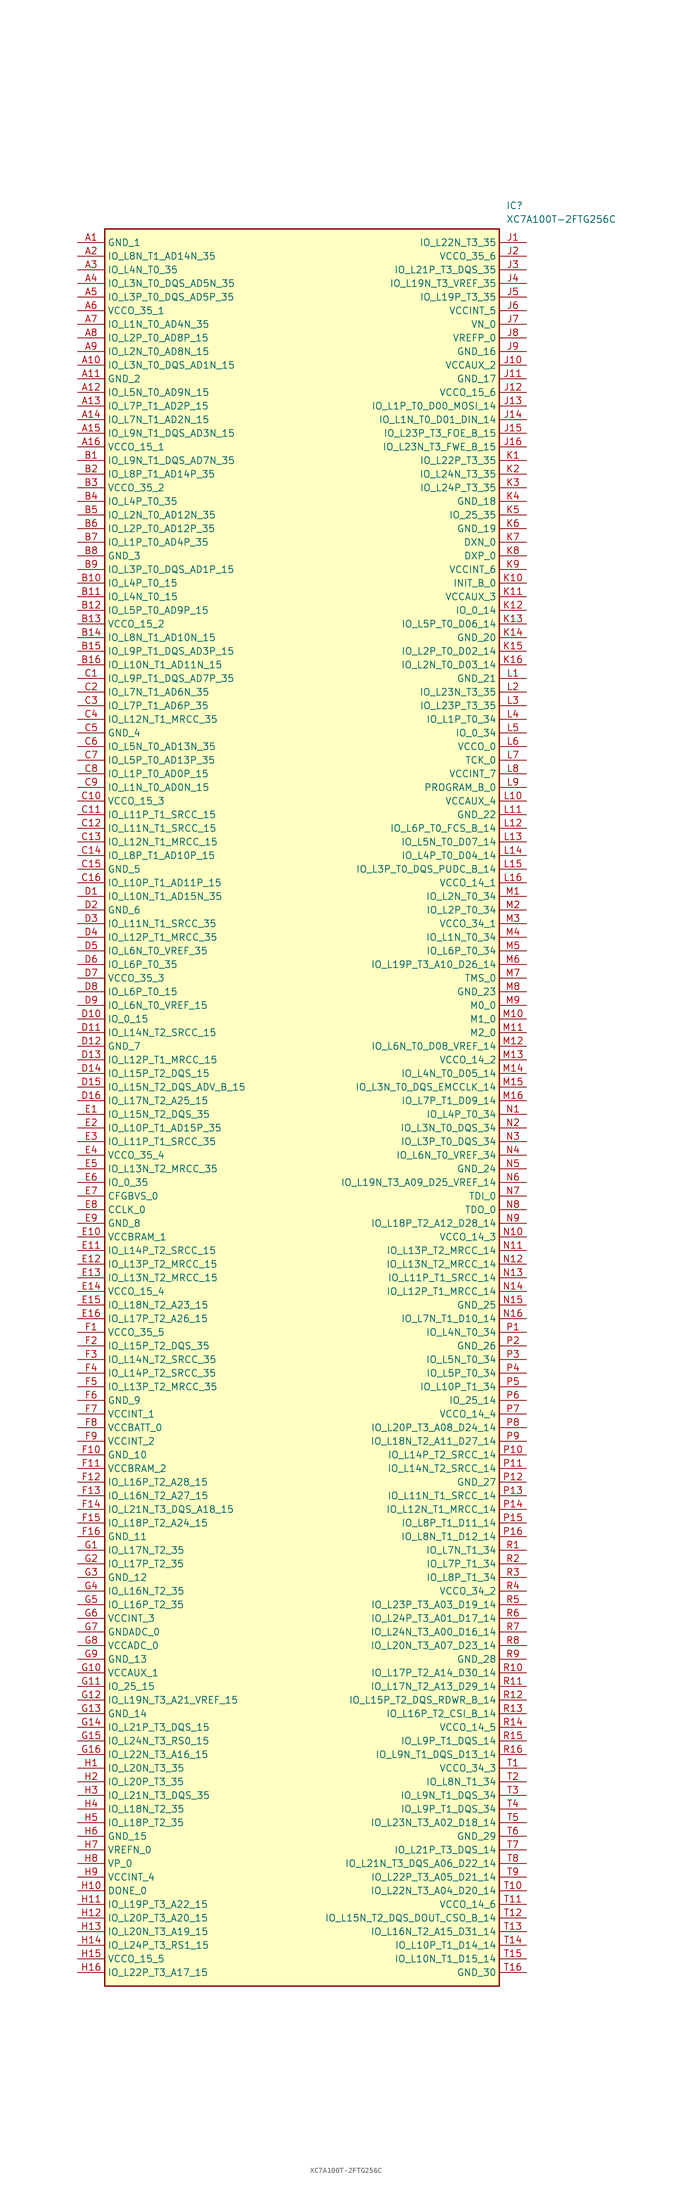
<source format=kicad_sym>
(kicad_symbol_lib
  (version 20211014)
  (generator SamacSys_ECAD_Model)
  (symbol "XC7A100T-2FTG256C"
    (property "Reference" "IC"
      (at 80.01 7.62 0)
      (effects (font (size 1.27 1.27)) (justify left top)))
    (property "Value" "XC7A100T-2FTG256C"
      (at 80.01 5.08 0)
      (effects (font (size 1.27 1.27)) (justify left top)))
    (rectangle
      (start 5.08 2.54)
      (end 78.74 -325.12)
      (stroke (width 0.254) (type default))
      (fill (type background)))
    (pin passive line
      (at 0 0 0)
      (length 5.08)
      (name "GND_1" (effects (font (size 1.27 1.27))))
      (number "A1" (effects (font (size 1.27 1.27)))))
    (pin passive line
      (at 0 -2.54 0)
      (length 5.08)
      (name "IO_L8N_T1_AD14N_35" (effects (font (size 1.27 1.27))))
      (number "A2" (effects (font (size 1.27 1.27)))))
    (pin passive line
      (at 0 -5.08 0)
      (length 5.08)
      (name "IO_L4N_T0_35" (effects (font (size 1.27 1.27))))
      (number "A3" (effects (font (size 1.27 1.27)))))
    (pin passive line
      (at 0 -7.62 0)
      (length 5.08)
      (name "IO_L3N_T0_DQS_AD5N_35" (effects (font (size 1.27 1.27))))
      (number "A4" (effects (font (size 1.27 1.27)))))
    (pin passive line
      (at 0 -10.16 0)
      (length 5.08)
      (name "IO_L3P_T0_DQS_AD5P_35" (effects (font (size 1.27 1.27))))
      (number "A5" (effects (font (size 1.27 1.27)))))
    (pin passive line
      (at 0 -12.7 0)
      (length 5.08)
      (name "VCCO_35_1" (effects (font (size 1.27 1.27))))
      (number "A6" (effects (font (size 1.27 1.27)))))
    (pin passive line
      (at 0 -15.24 0)
      (length 5.08)
      (name "IO_L1N_T0_AD4N_35" (effects (font (size 1.27 1.27))))
      (number "A7" (effects (font (size 1.27 1.27)))))
    (pin passive line
      (at 0 -17.78 0)
      (length 5.08)
      (name "IO_L2P_T0_AD8P_15" (effects (font (size 1.27 1.27))))
      (number "A8" (effects (font (size 1.27 1.27)))))
    (pin passive line
      (at 0 -20.32 0)
      (length 5.08)
      (name "IO_L2N_T0_AD8N_15" (effects (font (size 1.27 1.27))))
      (number "A9" (effects (font (size 1.27 1.27)))))
    (pin passive line
      (at 0 -22.86 0)
      (length 5.08)
      (name "IO_L3N_T0_DQS_AD1N_15" (effects (font (size 1.27 1.27))))
      (number "A10" (effects (font (size 1.27 1.27)))))
    (pin passive line
      (at 0 -25.4 0)
      (length 5.08)
      (name "GND_2" (effects (font (size 1.27 1.27))))
      (number "A11" (effects (font (size 1.27 1.27)))))
    (pin passive line
      (at 0 -27.94 0)
      (length 5.08)
      (name "IO_L5N_T0_AD9N_15" (effects (font (size 1.27 1.27))))
      (number "A12" (effects (font (size 1.27 1.27)))))
    (pin passive line
      (at 0 -30.48 0)
      (length 5.08)
      (name "IO_L7P_T1_AD2P_15" (effects (font (size 1.27 1.27))))
      (number "A13" (effects (font (size 1.27 1.27)))))
    (pin passive line
      (at 0 -33.02 0)
      (length 5.08)
      (name "IO_L7N_T1_AD2N_15" (effects (font (size 1.27 1.27))))
      (number "A14" (effects (font (size 1.27 1.27)))))
    (pin passive line
      (at 0 -35.56 0)
      (length 5.08)
      (name "IO_L9N_T1_DQS_AD3N_15" (effects (font (size 1.27 1.27))))
      (number "A15" (effects (font (size 1.27 1.27)))))
    (pin passive line
      (at 0 -38.1 0)
      (length 5.08)
      (name "VCCO_15_1" (effects (font (size 1.27 1.27))))
      (number "A16" (effects (font (size 1.27 1.27)))))
    (pin passive line
      (at 0 -40.64 0)
      (length 5.08)
      (name "IO_L9N_T1_DQS_AD7N_35" (effects (font (size 1.27 1.27))))
      (number "B1" (effects (font (size 1.27 1.27)))))
    (pin passive line
      (at 0 -43.18 0)
      (length 5.08)
      (name "IO_L8P_T1_AD14P_35" (effects (font (size 1.27 1.27))))
      (number "B2" (effects (font (size 1.27 1.27)))))
    (pin passive line
      (at 0 -45.72 0)
      (length 5.08)
      (name "VCCO_35_2" (effects (font (size 1.27 1.27))))
      (number "B3" (effects (font (size 1.27 1.27)))))
    (pin passive line
      (at 0 -48.26 0)
      (length 5.08)
      (name "IO_L4P_T0_35" (effects (font (size 1.27 1.27))))
      (number "B4" (effects (font (size 1.27 1.27)))))
    (pin passive line
      (at 0 -50.8 0)
      (length 5.08)
      (name "IO_L2N_T0_AD12N_35" (effects (font (size 1.27 1.27))))
      (number "B5" (effects (font (size 1.27 1.27)))))
    (pin passive line
      (at 0 -53.34 0)
      (length 5.08)
      (name "IO_L2P_T0_AD12P_35" (effects (font (size 1.27 1.27))))
      (number "B6" (effects (font (size 1.27 1.27)))))
    (pin passive line
      (at 0 -55.88 0)
      (length 5.08)
      (name "IO_L1P_T0_AD4P_35" (effects (font (size 1.27 1.27))))
      (number "B7" (effects (font (size 1.27 1.27)))))
    (pin passive line
      (at 0 -58.42 0)
      (length 5.08)
      (name "GND_3" (effects (font (size 1.27 1.27))))
      (number "B8" (effects (font (size 1.27 1.27)))))
    (pin passive line
      (at 0 -60.96 0)
      (length 5.08)
      (name "IO_L3P_T0_DQS_AD1P_15" (effects (font (size 1.27 1.27))))
      (number "B9" (effects (font (size 1.27 1.27)))))
    (pin passive line
      (at 0 -63.5 0)
      (length 5.08)
      (name "IO_L4P_T0_15" (effects (font (size 1.27 1.27))))
      (number "B10" (effects (font (size 1.27 1.27)))))
    (pin passive line
      (at 0 -66.04 0)
      (length 5.08)
      (name "IO_L4N_T0_15" (effects (font (size 1.27 1.27))))
      (number "B11" (effects (font (size 1.27 1.27)))))
    (pin passive line
      (at 0 -68.58 0)
      (length 5.08)
      (name "IO_L5P_T0_AD9P_15" (effects (font (size 1.27 1.27))))
      (number "B12" (effects (font (size 1.27 1.27)))))
    (pin passive line
      (at 0 -71.12 0)
      (length 5.08)
      (name "VCCO_15_2" (effects (font (size 1.27 1.27))))
      (number "B13" (effects (font (size 1.27 1.27)))))
    (pin passive line
      (at 0 -73.66 0)
      (length 5.08)
      (name "IO_L8N_T1_AD10N_15" (effects (font (size 1.27 1.27))))
      (number "B14" (effects (font (size 1.27 1.27)))))
    (pin passive line
      (at 0 -76.2 0)
      (length 5.08)
      (name "IO_L9P_T1_DQS_AD3P_15" (effects (font (size 1.27 1.27))))
      (number "B15" (effects (font (size 1.27 1.27)))))
    (pin passive line
      (at 0 -78.74 0)
      (length 5.08)
      (name "IO_L10N_T1_AD11N_15" (effects (font (size 1.27 1.27))))
      (number "B16" (effects (font (size 1.27 1.27)))))
    (pin passive line
      (at 0 -81.28 0)
      (length 5.08)
      (name "IO_L9P_T1_DQS_AD7P_35" (effects (font (size 1.27 1.27))))
      (number "C1" (effects (font (size 1.27 1.27)))))
    (pin passive line
      (at 0 -83.82 0)
      (length 5.08)
      (name "IO_L7N_T1_AD6N_35" (effects (font (size 1.27 1.27))))
      (number "C2" (effects (font (size 1.27 1.27)))))
    (pin passive line
      (at 0 -86.36 0)
      (length 5.08)
      (name "IO_L7P_T1_AD6P_35" (effects (font (size 1.27 1.27))))
      (number "C3" (effects (font (size 1.27 1.27)))))
    (pin passive line
      (at 0 -88.9 0)
      (length 5.08)
      (name "IO_L12N_T1_MRCC_35" (effects (font (size 1.27 1.27))))
      (number "C4" (effects (font (size 1.27 1.27)))))
    (pin passive line
      (at 0 -91.44 0)
      (length 5.08)
      (name "GND_4" (effects (font (size 1.27 1.27))))
      (number "C5" (effects (font (size 1.27 1.27)))))
    (pin passive line
      (at 0 -93.98 0)
      (length 5.08)
      (name "IO_L5N_T0_AD13N_35" (effects (font (size 1.27 1.27))))
      (number "C6" (effects (font (size 1.27 1.27)))))
    (pin passive line
      (at 0 -96.52 0)
      (length 5.08)
      (name "IO_L5P_T0_AD13P_35" (effects (font (size 1.27 1.27))))
      (number "C7" (effects (font (size 1.27 1.27)))))
    (pin passive line
      (at 0 -99.06 0)
      (length 5.08)
      (name "IO_L1P_T0_AD0P_15" (effects (font (size 1.27 1.27))))
      (number "C8" (effects (font (size 1.27 1.27)))))
    (pin passive line
      (at 0 -101.6 0)
      (length 5.08)
      (name "IO_L1N_T0_AD0N_15" (effects (font (size 1.27 1.27))))
      (number "C9" (effects (font (size 1.27 1.27)))))
    (pin passive line
      (at 0 -104.14 0)
      (length 5.08)
      (name "VCCO_15_3" (effects (font (size 1.27 1.27))))
      (number "C10" (effects (font (size 1.27 1.27)))))
    (pin passive line
      (at 0 -106.68 0)
      (length 5.08)
      (name "IO_L11P_T1_SRCC_15" (effects (font (size 1.27 1.27))))
      (number "C11" (effects (font (size 1.27 1.27)))))
    (pin passive line
      (at 0 -109.22 0)
      (length 5.08)
      (name "IO_L11N_T1_SRCC_15" (effects (font (size 1.27 1.27))))
      (number "C12" (effects (font (size 1.27 1.27)))))
    (pin passive line
      (at 0 -111.76 0)
      (length 5.08)
      (name "IO_L12N_T1_MRCC_15" (effects (font (size 1.27 1.27))))
      (number "C13" (effects (font (size 1.27 1.27)))))
    (pin passive line
      (at 0 -114.3 0)
      (length 5.08)
      (name "IO_L8P_T1_AD10P_15" (effects (font (size 1.27 1.27))))
      (number "C14" (effects (font (size 1.27 1.27)))))
    (pin passive line
      (at 0 -116.84 0)
      (length 5.08)
      (name "GND_5" (effects (font (size 1.27 1.27))))
      (number "C15" (effects (font (size 1.27 1.27)))))
    (pin passive line
      (at 0 -119.38 0)
      (length 5.08)
      (name "IO_L10P_T1_AD11P_15" (effects (font (size 1.27 1.27))))
      (number "C16" (effects (font (size 1.27 1.27)))))
    (pin passive line
      (at 0 -121.92 0)
      (length 5.08)
      (name "IO_L10N_T1_AD15N_35" (effects (font (size 1.27 1.27))))
      (number "D1" (effects (font (size 1.27 1.27)))))
    (pin passive line
      (at 0 -124.46 0)
      (length 5.08)
      (name "GND_6" (effects (font (size 1.27 1.27))))
      (number "D2" (effects (font (size 1.27 1.27)))))
    (pin passive line
      (at 0 -127 0)
      (length 5.08)
      (name "IO_L11N_T1_SRCC_35" (effects (font (size 1.27 1.27))))
      (number "D3" (effects (font (size 1.27 1.27)))))
    (pin passive line
      (at 0 -129.54 0)
      (length 5.08)
      (name "IO_L12P_T1_MRCC_35" (effects (font (size 1.27 1.27))))
      (number "D4" (effects (font (size 1.27 1.27)))))
    (pin passive line
      (at 0 -132.08 0)
      (length 5.08)
      (name "IO_L6N_T0_VREF_35" (effects (font (size 1.27 1.27))))
      (number "D5" (effects (font (size 1.27 1.27)))))
    (pin passive line
      (at 0 -134.62 0)
      (length 5.08)
      (name "IO_L6P_T0_35" (effects (font (size 1.27 1.27))))
      (number "D6" (effects (font (size 1.27 1.27)))))
    (pin passive line
      (at 0 -137.16 0)
      (length 5.08)
      (name "VCCO_35_3" (effects (font (size 1.27 1.27))))
      (number "D7" (effects (font (size 1.27 1.27)))))
    (pin passive line
      (at 0 -139.7 0)
      (length 5.08)
      (name "IO_L6P_T0_15" (effects (font (size 1.27 1.27))))
      (number "D8" (effects (font (size 1.27 1.27)))))
    (pin passive line
      (at 0 -142.24 0)
      (length 5.08)
      (name "IO_L6N_T0_VREF_15" (effects (font (size 1.27 1.27))))
      (number "D9" (effects (font (size 1.27 1.27)))))
    (pin passive line
      (at 0 -144.78 0)
      (length 5.08)
      (name "IO_0_15" (effects (font (size 1.27 1.27))))
      (number "D10" (effects (font (size 1.27 1.27)))))
    (pin passive line
      (at 0 -147.32 0)
      (length 5.08)
      (name "IO_L14N_T2_SRCC_15" (effects (font (size 1.27 1.27))))
      (number "D11" (effects (font (size 1.27 1.27)))))
    (pin passive line
      (at 0 -149.86 0)
      (length 5.08)
      (name "GND_7" (effects (font (size 1.27 1.27))))
      (number "D12" (effects (font (size 1.27 1.27)))))
    (pin passive line
      (at 0 -152.4 0)
      (length 5.08)
      (name "IO_L12P_T1_MRCC_15" (effects (font (size 1.27 1.27))))
      (number "D13" (effects (font (size 1.27 1.27)))))
    (pin passive line
      (at 0 -154.94 0)
      (length 5.08)
      (name "IO_L15P_T2_DQS_15" (effects (font (size 1.27 1.27))))
      (number "D14" (effects (font (size 1.27 1.27)))))
    (pin passive line
      (at 0 -157.48 0)
      (length 5.08)
      (name "IO_L15N_T2_DQS_ADV_B_15" (effects (font (size 1.27 1.27))))
      (number "D15" (effects (font (size 1.27 1.27)))))
    (pin passive line
      (at 0 -160.02 0)
      (length 5.08)
      (name "IO_L17N_T2_A25_15" (effects (font (size 1.27 1.27))))
      (number "D16" (effects (font (size 1.27 1.27)))))
    (pin passive line
      (at 0 -162.56 0)
      (length 5.08)
      (name "IO_L15N_T2_DQS_35" (effects (font (size 1.27 1.27))))
      (number "E1" (effects (font (size 1.27 1.27)))))
    (pin passive line
      (at 0 -165.1 0)
      (length 5.08)
      (name "IO_L10P_T1_AD15P_35" (effects (font (size 1.27 1.27))))
      (number "E2" (effects (font (size 1.27 1.27)))))
    (pin passive line
      (at 0 -167.64 0)
      (length 5.08)
      (name "IO_L11P_T1_SRCC_35" (effects (font (size 1.27 1.27))))
      (number "E3" (effects (font (size 1.27 1.27)))))
    (pin passive line
      (at 0 -170.18 0)
      (length 5.08)
      (name "VCCO_35_4" (effects (font (size 1.27 1.27))))
      (number "E4" (effects (font (size 1.27 1.27)))))
    (pin passive line
      (at 0 -172.72 0)
      (length 5.08)
      (name "IO_L13N_T2_MRCC_35" (effects (font (size 1.27 1.27))))
      (number "E5" (effects (font (size 1.27 1.27)))))
    (pin passive line
      (at 0 -175.26 0)
      (length 5.08)
      (name "IO_0_35" (effects (font (size 1.27 1.27))))
      (number "E6" (effects (font (size 1.27 1.27)))))
    (pin passive line
      (at 0 -177.8 0)
      (length 5.08)
      (name "CFGBVS_0" (effects (font (size 1.27 1.27))))
      (number "E7" (effects (font (size 1.27 1.27)))))
    (pin passive line
      (at 0 -180.34 0)
      (length 5.08)
      (name "CCLK_0" (effects (font (size 1.27 1.27))))
      (number "E8" (effects (font (size 1.27 1.27)))))
    (pin passive line
      (at 0 -182.88 0)
      (length 5.08)
      (name "GND_8" (effects (font (size 1.27 1.27))))
      (number "E9" (effects (font (size 1.27 1.27)))))
    (pin passive line
      (at 0 -185.42 0)
      (length 5.08)
      (name "VCCBRAM_1" (effects (font (size 1.27 1.27))))
      (number "E10" (effects (font (size 1.27 1.27)))))
    (pin passive line
      (at 0 -187.96 0)
      (length 5.08)
      (name "IO_L14P_T2_SRCC_15" (effects (font (size 1.27 1.27))))
      (number "E11" (effects (font (size 1.27 1.27)))))
    (pin passive line
      (at 0 -190.5 0)
      (length 5.08)
      (name "IO_L13P_T2_MRCC_15" (effects (font (size 1.27 1.27))))
      (number "E12" (effects (font (size 1.27 1.27)))))
    (pin passive line
      (at 0 -193.04 0)
      (length 5.08)
      (name "IO_L13N_T2_MRCC_15" (effects (font (size 1.27 1.27))))
      (number "E13" (effects (font (size 1.27 1.27)))))
    (pin passive line
      (at 0 -195.58 0)
      (length 5.08)
      (name "VCCO_15_4" (effects (font (size 1.27 1.27))))
      (number "E14" (effects (font (size 1.27 1.27)))))
    (pin passive line
      (at 0 -198.12 0)
      (length 5.08)
      (name "IO_L18N_T2_A23_15" (effects (font (size 1.27 1.27))))
      (number "E15" (effects (font (size 1.27 1.27)))))
    (pin passive line
      (at 0 -200.66 0)
      (length 5.08)
      (name "IO_L17P_T2_A26_15" (effects (font (size 1.27 1.27))))
      (number "E16" (effects (font (size 1.27 1.27)))))
    (pin passive line
      (at 0 -203.2 0)
      (length 5.08)
      (name "VCCO_35_5" (effects (font (size 1.27 1.27))))
      (number "F1" (effects (font (size 1.27 1.27)))))
    (pin passive line
      (at 0 -205.74 0)
      (length 5.08)
      (name "IO_L15P_T2_DQS_35" (effects (font (size 1.27 1.27))))
      (number "F2" (effects (font (size 1.27 1.27)))))
    (pin passive line
      (at 0 -208.28 0)
      (length 5.08)
      (name "IO_L14N_T2_SRCC_35" (effects (font (size 1.27 1.27))))
      (number "F3" (effects (font (size 1.27 1.27)))))
    (pin passive line
      (at 0 -210.82 0)
      (length 5.08)
      (name "IO_L14P_T2_SRCC_35" (effects (font (size 1.27 1.27))))
      (number "F4" (effects (font (size 1.27 1.27)))))
    (pin passive line
      (at 0 -213.36 0)
      (length 5.08)
      (name "IO_L13P_T2_MRCC_35" (effects (font (size 1.27 1.27))))
      (number "F5" (effects (font (size 1.27 1.27)))))
    (pin passive line
      (at 0 -215.9 0)
      (length 5.08)
      (name "GND_9" (effects (font (size 1.27 1.27))))
      (number "F6" (effects (font (size 1.27 1.27)))))
    (pin passive line
      (at 0 -218.44 0)
      (length 5.08)
      (name "VCCINT_1" (effects (font (size 1.27 1.27))))
      (number "F7" (effects (font (size 1.27 1.27)))))
    (pin passive line
      (at 0 -220.98 0)
      (length 5.08)
      (name "VCCBATT_0" (effects (font (size 1.27 1.27))))
      (number "F8" (effects (font (size 1.27 1.27)))))
    (pin passive line
      (at 0 -223.52 0)
      (length 5.08)
      (name "VCCINT_2" (effects (font (size 1.27 1.27))))
      (number "F9" (effects (font (size 1.27 1.27)))))
    (pin passive line
      (at 0 -226.06 0)
      (length 5.08)
      (name "GND_10" (effects (font (size 1.27 1.27))))
      (number "F10" (effects (font (size 1.27 1.27)))))
    (pin passive line
      (at 0 -228.6 0)
      (length 5.08)
      (name "VCCBRAM_2" (effects (font (size 1.27 1.27))))
      (number "F11" (effects (font (size 1.27 1.27)))))
    (pin passive line
      (at 0 -231.14 0)
      (length 5.08)
      (name "IO_L16P_T2_A28_15" (effects (font (size 1.27 1.27))))
      (number "F12" (effects (font (size 1.27 1.27)))))
    (pin passive line
      (at 0 -233.68 0)
      (length 5.08)
      (name "IO_L16N_T2_A27_15" (effects (font (size 1.27 1.27))))
      (number "F13" (effects (font (size 1.27 1.27)))))
    (pin passive line
      (at 0 -236.22 0)
      (length 5.08)
      (name "IO_L21N_T3_DQS_A18_15" (effects (font (size 1.27 1.27))))
      (number "F14" (effects (font (size 1.27 1.27)))))
    (pin passive line
      (at 0 -238.76 0)
      (length 5.08)
      (name "IO_L18P_T2_A24_15" (effects (font (size 1.27 1.27))))
      (number "F15" (effects (font (size 1.27 1.27)))))
    (pin passive line
      (at 0 -241.3 0)
      (length 5.08)
      (name "GND_11" (effects (font (size 1.27 1.27))))
      (number "F16" (effects (font (size 1.27 1.27)))))
    (pin passive line
      (at 0 -243.84 0)
      (length 5.08)
      (name "IO_L17N_T2_35" (effects (font (size 1.27 1.27))))
      (number "G1" (effects (font (size 1.27 1.27)))))
    (pin passive line
      (at 0 -246.38 0)
      (length 5.08)
      (name "IO_L17P_T2_35" (effects (font (size 1.27 1.27))))
      (number "G2" (effects (font (size 1.27 1.27)))))
    (pin passive line
      (at 0 -248.92 0)
      (length 5.08)
      (name "GND_12" (effects (font (size 1.27 1.27))))
      (number "G3" (effects (font (size 1.27 1.27)))))
    (pin passive line
      (at 0 -251.46 0)
      (length 5.08)
      (name "IO_L16N_T2_35" (effects (font (size 1.27 1.27))))
      (number "G4" (effects (font (size 1.27 1.27)))))
    (pin passive line
      (at 0 -254 0)
      (length 5.08)
      (name "IO_L16P_T2_35" (effects (font (size 1.27 1.27))))
      (number "G5" (effects (font (size 1.27 1.27)))))
    (pin passive line
      (at 0 -256.54 0)
      (length 5.08)
      (name "VCCINT_3" (effects (font (size 1.27 1.27))))
      (number "G6" (effects (font (size 1.27 1.27)))))
    (pin passive line
      (at 0 -259.08 0)
      (length 5.08)
      (name "GNDADC_0" (effects (font (size 1.27 1.27))))
      (number "G7" (effects (font (size 1.27 1.27)))))
    (pin passive line
      (at 0 -261.62 0)
      (length 5.08)
      (name "VCCADC_0" (effects (font (size 1.27 1.27))))
      (number "G8" (effects (font (size 1.27 1.27)))))
    (pin passive line
      (at 0 -264.16 0)
      (length 5.08)
      (name "GND_13" (effects (font (size 1.27 1.27))))
      (number "G9" (effects (font (size 1.27 1.27)))))
    (pin passive line
      (at 0 -266.7 0)
      (length 5.08)
      (name "VCCAUX_1" (effects (font (size 1.27 1.27))))
      (number "G10" (effects (font (size 1.27 1.27)))))
    (pin passive line
      (at 0 -269.24 0)
      (length 5.08)
      (name "IO_25_15" (effects (font (size 1.27 1.27))))
      (number "G11" (effects (font (size 1.27 1.27)))))
    (pin passive line
      (at 0 -271.78 0)
      (length 5.08)
      (name "IO_L19N_T3_A21_VREF_15" (effects (font (size 1.27 1.27))))
      (number "G12" (effects (font (size 1.27 1.27)))))
    (pin passive line
      (at 0 -274.32 0)
      (length 5.08)
      (name "GND_14" (effects (font (size 1.27 1.27))))
      (number "G13" (effects (font (size 1.27 1.27)))))
    (pin passive line
      (at 0 -276.86 0)
      (length 5.08)
      (name "IO_L21P_T3_DQS_15" (effects (font (size 1.27 1.27))))
      (number "G14" (effects (font (size 1.27 1.27)))))
    (pin passive line
      (at 0 -279.4 0)
      (length 5.08)
      (name "IO_L24N_T3_RS0_15" (effects (font (size 1.27 1.27))))
      (number "G15" (effects (font (size 1.27 1.27)))))
    (pin passive line
      (at 0 -281.94 0)
      (length 5.08)
      (name "IO_L22N_T3_A16_15" (effects (font (size 1.27 1.27))))
      (number "G16" (effects (font (size 1.27 1.27)))))
    (pin passive line
      (at 0 -284.48 0)
      (length 5.08)
      (name "IO_L20N_T3_35" (effects (font (size 1.27 1.27))))
      (number "H1" (effects (font (size 1.27 1.27)))))
    (pin passive line
      (at 0 -287.02 0)
      (length 5.08)
      (name "IO_L20P_T3_35" (effects (font (size 1.27 1.27))))
      (number "H2" (effects (font (size 1.27 1.27)))))
    (pin passive line
      (at 0 -289.56 0)
      (length 5.08)
      (name "IO_L21N_T3_DQS_35" (effects (font (size 1.27 1.27))))
      (number "H3" (effects (font (size 1.27 1.27)))))
    (pin passive line
      (at 0 -292.1 0)
      (length 5.08)
      (name "IO_L18N_T2_35" (effects (font (size 1.27 1.27))))
      (number "H4" (effects (font (size 1.27 1.27)))))
    (pin passive line
      (at 0 -294.64 0)
      (length 5.08)
      (name "IO_L18P_T2_35" (effects (font (size 1.27 1.27))))
      (number "H5" (effects (font (size 1.27 1.27)))))
    (pin passive line
      (at 0 -297.18 0)
      (length 5.08)
      (name "GND_15" (effects (font (size 1.27 1.27))))
      (number "H6" (effects (font (size 1.27 1.27)))))
    (pin passive line
      (at 0 -299.72 0)
      (length 5.08)
      (name "VREFN_0" (effects (font (size 1.27 1.27))))
      (number "H7" (effects (font (size 1.27 1.27)))))
    (pin passive line
      (at 0 -302.26 0)
      (length 5.08)
      (name "VP_0" (effects (font (size 1.27 1.27))))
      (number "H8" (effects (font (size 1.27 1.27)))))
    (pin passive line
      (at 0 -304.8 0)
      (length 5.08)
      (name "VCCINT_4" (effects (font (size 1.27 1.27))))
      (number "H9" (effects (font (size 1.27 1.27)))))
    (pin passive line
      (at 0 -307.34 0)
      (length 5.08)
      (name "DONE_0" (effects (font (size 1.27 1.27))))
      (number "H10" (effects (font (size 1.27 1.27)))))
    (pin passive line
      (at 0 -309.88 0)
      (length 5.08)
      (name "IO_L19P_T3_A22_15" (effects (font (size 1.27 1.27))))
      (number "H11" (effects (font (size 1.27 1.27)))))
    (pin passive line
      (at 0 -312.42 0)
      (length 5.08)
      (name "IO_L20P_T3_A20_15" (effects (font (size 1.27 1.27))))
      (number "H12" (effects (font (size 1.27 1.27)))))
    (pin passive line
      (at 0 -314.96 0)
      (length 5.08)
      (name "IO_L20N_T3_A19_15" (effects (font (size 1.27 1.27))))
      (number "H13" (effects (font (size 1.27 1.27)))))
    (pin passive line
      (at 0 -317.5 0)
      (length 5.08)
      (name "IO_L24P_T3_RS1_15" (effects (font (size 1.27 1.27))))
      (number "H14" (effects (font (size 1.27 1.27)))))
    (pin passive line
      (at 0 -320.04 0)
      (length 5.08)
      (name "VCCO_15_5" (effects (font (size 1.27 1.27))))
      (number "H15" (effects (font (size 1.27 1.27)))))
    (pin passive line
      (at 0 -322.58 0)
      (length 5.08)
      (name "IO_L22P_T3_A17_15" (effects (font (size 1.27 1.27))))
      (number "H16" (effects (font (size 1.27 1.27)))))
    (pin passive line
      (at 83.82 0 180)
      (length 5.08)
      (name "IO_L22N_T3_35" (effects (font (size 1.27 1.27))))
      (number "J1" (effects (font (size 1.27 1.27)))))
    (pin passive line
      (at 83.82 -2.54 180)
      (length 5.08)
      (name "VCCO_35_6" (effects (font (size 1.27 1.27))))
      (number "J2" (effects (font (size 1.27 1.27)))))
    (pin passive line
      (at 83.82 -5.08 180)
      (length 5.08)
      (name "IO_L21P_T3_DQS_35" (effects (font (size 1.27 1.27))))
      (number "J3" (effects (font (size 1.27 1.27)))))
    (pin passive line
      (at 83.82 -7.62 180)
      (length 5.08)
      (name "IO_L19N_T3_VREF_35" (effects (font (size 1.27 1.27))))
      (number "J4" (effects (font (size 1.27 1.27)))))
    (pin passive line
      (at 83.82 -10.16 180)
      (length 5.08)
      (name "IO_L19P_T3_35" (effects (font (size 1.27 1.27))))
      (number "J5" (effects (font (size 1.27 1.27)))))
    (pin passive line
      (at 83.82 -12.7 180)
      (length 5.08)
      (name "VCCINT_5" (effects (font (size 1.27 1.27))))
      (number "J6" (effects (font (size 1.27 1.27)))))
    (pin passive line
      (at 83.82 -15.24 180)
      (length 5.08)
      (name "VN_0" (effects (font (size 1.27 1.27))))
      (number "J7" (effects (font (size 1.27 1.27)))))
    (pin passive line
      (at 83.82 -17.78 180)
      (length 5.08)
      (name "VREFP_0" (effects (font (size 1.27 1.27))))
      (number "J8" (effects (font (size 1.27 1.27)))))
    (pin passive line
      (at 83.82 -20.32 180)
      (length 5.08)
      (name "GND_16" (effects (font (size 1.27 1.27))))
      (number "J9" (effects (font (size 1.27 1.27)))))
    (pin passive line
      (at 83.82 -22.86 180)
      (length 5.08)
      (name "VCCAUX_2" (effects (font (size 1.27 1.27))))
      (number "J10" (effects (font (size 1.27 1.27)))))
    (pin passive line
      (at 83.82 -25.4 180)
      (length 5.08)
      (name "GND_17" (effects (font (size 1.27 1.27))))
      (number "J11" (effects (font (size 1.27 1.27)))))
    (pin passive line
      (at 83.82 -27.94 180)
      (length 5.08)
      (name "VCCO_15_6" (effects (font (size 1.27 1.27))))
      (number "J12" (effects (font (size 1.27 1.27)))))
    (pin passive line
      (at 83.82 -30.48 180)
      (length 5.08)
      (name "IO_L1P_T0_D00_MOSI_14" (effects (font (size 1.27 1.27))))
      (number "J13" (effects (font (size 1.27 1.27)))))
    (pin passive line
      (at 83.82 -33.02 180)
      (length 5.08)
      (name "IO_L1N_T0_D01_DIN_14" (effects (font (size 1.27 1.27))))
      (number "J14" (effects (font (size 1.27 1.27)))))
    (pin passive line
      (at 83.82 -35.56 180)
      (length 5.08)
      (name "IO_L23P_T3_FOE_B_15" (effects (font (size 1.27 1.27))))
      (number "J15" (effects (font (size 1.27 1.27)))))
    (pin passive line
      (at 83.82 -38.1 180)
      (length 5.08)
      (name "IO_L23N_T3_FWE_B_15" (effects (font (size 1.27 1.27))))
      (number "J16" (effects (font (size 1.27 1.27)))))
    (pin passive line
      (at 83.82 -40.64 180)
      (length 5.08)
      (name "IO_L22P_T3_35" (effects (font (size 1.27 1.27))))
      (number "K1" (effects (font (size 1.27 1.27)))))
    (pin passive line
      (at 83.82 -43.18 180)
      (length 5.08)
      (name "IO_L24N_T3_35" (effects (font (size 1.27 1.27))))
      (number "K2" (effects (font (size 1.27 1.27)))))
    (pin passive line
      (at 83.82 -45.72 180)
      (length 5.08)
      (name "IO_L24P_T3_35" (effects (font (size 1.27 1.27))))
      (number "K3" (effects (font (size 1.27 1.27)))))
    (pin passive line
      (at 83.82 -48.26 180)
      (length 5.08)
      (name "GND_18" (effects (font (size 1.27 1.27))))
      (number "K4" (effects (font (size 1.27 1.27)))))
    (pin passive line
      (at 83.82 -50.8 180)
      (length 5.08)
      (name "IO_25_35" (effects (font (size 1.27 1.27))))
      (number "K5" (effects (font (size 1.27 1.27)))))
    (pin passive line
      (at 83.82 -53.34 180)
      (length 5.08)
      (name "GND_19" (effects (font (size 1.27 1.27))))
      (number "K6" (effects (font (size 1.27 1.27)))))
    (pin passive line
      (at 83.82 -55.88 180)
      (length 5.08)
      (name "DXN_0" (effects (font (size 1.27 1.27))))
      (number "K7" (effects (font (size 1.27 1.27)))))
    (pin passive line
      (at 83.82 -58.42 180)
      (length 5.08)
      (name "DXP_0" (effects (font (size 1.27 1.27))))
      (number "K8" (effects (font (size 1.27 1.27)))))
    (pin passive line
      (at 83.82 -60.96 180)
      (length 5.08)
      (name "VCCINT_6" (effects (font (size 1.27 1.27))))
      (number "K9" (effects (font (size 1.27 1.27)))))
    (pin passive line
      (at 83.82 -63.5 180)
      (length 5.08)
      (name "INIT_B_0" (effects (font (size 1.27 1.27))))
      (number "K10" (effects (font (size 1.27 1.27)))))
    (pin passive line
      (at 83.82 -66.04 180)
      (length 5.08)
      (name "VCCAUX_3" (effects (font (size 1.27 1.27))))
      (number "K11" (effects (font (size 1.27 1.27)))))
    (pin passive line
      (at 83.82 -68.58 180)
      (length 5.08)
      (name "IO_0_14" (effects (font (size 1.27 1.27))))
      (number "K12" (effects (font (size 1.27 1.27)))))
    (pin passive line
      (at 83.82 -71.12 180)
      (length 5.08)
      (name "IO_L5P_T0_D06_14" (effects (font (size 1.27 1.27))))
      (number "K13" (effects (font (size 1.27 1.27)))))
    (pin passive line
      (at 83.82 -73.66 180)
      (length 5.08)
      (name "GND_20" (effects (font (size 1.27 1.27))))
      (number "K14" (effects (font (size 1.27 1.27)))))
    (pin passive line
      (at 83.82 -76.2 180)
      (length 5.08)
      (name "IO_L2P_T0_D02_14" (effects (font (size 1.27 1.27))))
      (number "K15" (effects (font (size 1.27 1.27)))))
    (pin passive line
      (at 83.82 -78.74 180)
      (length 5.08)
      (name "IO_L2N_T0_D03_14" (effects (font (size 1.27 1.27))))
      (number "K16" (effects (font (size 1.27 1.27)))))
    (pin passive line
      (at 83.82 -81.28 180)
      (length 5.08)
      (name "GND_21" (effects (font (size 1.27 1.27))))
      (number "L1" (effects (font (size 1.27 1.27)))))
    (pin passive line
      (at 83.82 -83.82 180)
      (length 5.08)
      (name "IO_L23N_T3_35" (effects (font (size 1.27 1.27))))
      (number "L2" (effects (font (size 1.27 1.27)))))
    (pin passive line
      (at 83.82 -86.36 180)
      (length 5.08)
      (name "IO_L23P_T3_35" (effects (font (size 1.27 1.27))))
      (number "L3" (effects (font (size 1.27 1.27)))))
    (pin passive line
      (at 83.82 -88.9 180)
      (length 5.08)
      (name "IO_L1P_T0_34" (effects (font (size 1.27 1.27))))
      (number "L4" (effects (font (size 1.27 1.27)))))
    (pin passive line
      (at 83.82 -91.44 180)
      (length 5.08)
      (name "IO_0_34" (effects (font (size 1.27 1.27))))
      (number "L5" (effects (font (size 1.27 1.27)))))
    (pin passive line
      (at 83.82 -93.98 180)
      (length 5.08)
      (name "VCCO_0" (effects (font (size 1.27 1.27))))
      (number "L6" (effects (font (size 1.27 1.27)))))
    (pin passive line
      (at 83.82 -96.52 180)
      (length 5.08)
      (name "TCK_0" (effects (font (size 1.27 1.27))))
      (number "L7" (effects (font (size 1.27 1.27)))))
    (pin passive line
      (at 83.82 -99.06 180)
      (length 5.08)
      (name "VCCINT_7" (effects (font (size 1.27 1.27))))
      (number "L8" (effects (font (size 1.27 1.27)))))
    (pin passive line
      (at 83.82 -101.6 180)
      (length 5.08)
      (name "PROGRAM_B_0" (effects (font (size 1.27 1.27))))
      (number "L9" (effects (font (size 1.27 1.27)))))
    (pin passive line
      (at 83.82 -104.14 180)
      (length 5.08)
      (name "VCCAUX_4" (effects (font (size 1.27 1.27))))
      (number "L10" (effects (font (size 1.27 1.27)))))
    (pin passive line
      (at 83.82 -106.68 180)
      (length 5.08)
      (name "GND_22" (effects (font (size 1.27 1.27))))
      (number "L11" (effects (font (size 1.27 1.27)))))
    (pin passive line
      (at 83.82 -109.22 180)
      (length 5.08)
      (name "IO_L6P_T0_FCS_B_14" (effects (font (size 1.27 1.27))))
      (number "L12" (effects (font (size 1.27 1.27)))))
    (pin passive line
      (at 83.82 -111.76 180)
      (length 5.08)
      (name "IO_L5N_T0_D07_14" (effects (font (size 1.27 1.27))))
      (number "L13" (effects (font (size 1.27 1.27)))))
    (pin passive line
      (at 83.82 -114.3 180)
      (length 5.08)
      (name "IO_L4P_T0_D04_14" (effects (font (size 1.27 1.27))))
      (number "L14" (effects (font (size 1.27 1.27)))))
    (pin passive line
      (at 83.82 -116.84 180)
      (length 5.08)
      (name "IO_L3P_T0_DQS_PUDC_B_14" (effects (font (size 1.27 1.27))))
      (number "L15" (effects (font (size 1.27 1.27)))))
    (pin passive line
      (at 83.82 -119.38 180)
      (length 5.08)
      (name "VCCO_14_1" (effects (font (size 1.27 1.27))))
      (number "L16" (effects (font (size 1.27 1.27)))))
    (pin passive line
      (at 83.82 -121.92 180)
      (length 5.08)
      (name "IO_L2N_T0_34" (effects (font (size 1.27 1.27))))
      (number "M1" (effects (font (size 1.27 1.27)))))
    (pin passive line
      (at 83.82 -124.46 180)
      (length 5.08)
      (name "IO_L2P_T0_34" (effects (font (size 1.27 1.27))))
      (number "M2" (effects (font (size 1.27 1.27)))))
    (pin passive line
      (at 83.82 -127 180)
      (length 5.08)
      (name "VCCO_34_1" (effects (font (size 1.27 1.27))))
      (number "M3" (effects (font (size 1.27 1.27)))))
    (pin passive line
      (at 83.82 -129.54 180)
      (length 5.08)
      (name "IO_L1N_T0_34" (effects (font (size 1.27 1.27))))
      (number "M4" (effects (font (size 1.27 1.27)))))
    (pin passive line
      (at 83.82 -132.08 180)
      (length 5.08)
      (name "IO_L6P_T0_34" (effects (font (size 1.27 1.27))))
      (number "M5" (effects (font (size 1.27 1.27)))))
    (pin passive line
      (at 83.82 -134.62 180)
      (length 5.08)
      (name "IO_L19P_T3_A10_D26_14" (effects (font (size 1.27 1.27))))
      (number "M6" (effects (font (size 1.27 1.27)))))
    (pin passive line
      (at 83.82 -137.16 180)
      (length 5.08)
      (name "TMS_0" (effects (font (size 1.27 1.27))))
      (number "M7" (effects (font (size 1.27 1.27)))))
    (pin passive line
      (at 83.82 -139.7 180)
      (length 5.08)
      (name "GND_23" (effects (font (size 1.27 1.27))))
      (number "M8" (effects (font (size 1.27 1.27)))))
    (pin passive line
      (at 83.82 -142.24 180)
      (length 5.08)
      (name "M0_0" (effects (font (size 1.27 1.27))))
      (number "M9" (effects (font (size 1.27 1.27)))))
    (pin passive line
      (at 83.82 -144.78 180)
      (length 5.08)
      (name "M1_0" (effects (font (size 1.27 1.27))))
      (number "M10" (effects (font (size 1.27 1.27)))))
    (pin passive line
      (at 83.82 -147.32 180)
      (length 5.08)
      (name "M2_0" (effects (font (size 1.27 1.27))))
      (number "M11" (effects (font (size 1.27 1.27)))))
    (pin passive line
      (at 83.82 -149.86 180)
      (length 5.08)
      (name "IO_L6N_T0_D08_VREF_14" (effects (font (size 1.27 1.27))))
      (number "M12" (effects (font (size 1.27 1.27)))))
    (pin passive line
      (at 83.82 -152.4 180)
      (length 5.08)
      (name "VCCO_14_2" (effects (font (size 1.27 1.27))))
      (number "M13" (effects (font (size 1.27 1.27)))))
    (pin passive line
      (at 83.82 -154.94 180)
      (length 5.08)
      (name "IO_L4N_T0_D05_14" (effects (font (size 1.27 1.27))))
      (number "M14" (effects (font (size 1.27 1.27)))))
    (pin passive line
      (at 83.82 -157.48 180)
      (length 5.08)
      (name "IO_L3N_T0_DQS_EMCCLK_14" (effects (font (size 1.27 1.27))))
      (number "M15" (effects (font (size 1.27 1.27)))))
    (pin passive line
      (at 83.82 -160.02 180)
      (length 5.08)
      (name "IO_L7P_T1_D09_14" (effects (font (size 1.27 1.27))))
      (number "M16" (effects (font (size 1.27 1.27)))))
    (pin passive line
      (at 83.82 -162.56 180)
      (length 5.08)
      (name "IO_L4P_T0_34" (effects (font (size 1.27 1.27))))
      (number "N1" (effects (font (size 1.27 1.27)))))
    (pin passive line
      (at 83.82 -165.1 180)
      (length 5.08)
      (name "IO_L3N_T0_DQS_34" (effects (font (size 1.27 1.27))))
      (number "N2" (effects (font (size 1.27 1.27)))))
    (pin passive line
      (at 83.82 -167.64 180)
      (length 5.08)
      (name "IO_L3P_T0_DQS_34" (effects (font (size 1.27 1.27))))
      (number "N3" (effects (font (size 1.27 1.27)))))
    (pin passive line
      (at 83.82 -170.18 180)
      (length 5.08)
      (name "IO_L6N_T0_VREF_34" (effects (font (size 1.27 1.27))))
      (number "N4" (effects (font (size 1.27 1.27)))))
    (pin passive line
      (at 83.82 -172.72 180)
      (length 5.08)
      (name "GND_24" (effects (font (size 1.27 1.27))))
      (number "N5" (effects (font (size 1.27 1.27)))))
    (pin passive line
      (at 83.82 -175.26 180)
      (length 5.08)
      (name "IO_L19N_T3_A09_D25_VREF_14" (effects (font (size 1.27 1.27))))
      (number "N6" (effects (font (size 1.27 1.27)))))
    (pin passive line
      (at 83.82 -177.8 180)
      (length 5.08)
      (name "TDI_0" (effects (font (size 1.27 1.27))))
      (number "N7" (effects (font (size 1.27 1.27)))))
    (pin passive line
      (at 83.82 -180.34 180)
      (length 5.08)
      (name "TDO_0" (effects (font (size 1.27 1.27))))
      (number "N8" (effects (font (size 1.27 1.27)))))
    (pin passive line
      (at 83.82 -182.88 180)
      (length 5.08)
      (name "IO_L18P_T2_A12_D28_14" (effects (font (size 1.27 1.27))))
      (number "N9" (effects (font (size 1.27 1.27)))))
    (pin passive line
      (at 83.82 -185.42 180)
      (length 5.08)
      (name "VCCO_14_3" (effects (font (size 1.27 1.27))))
      (number "N10" (effects (font (size 1.27 1.27)))))
    (pin passive line
      (at 83.82 -187.96 180)
      (length 5.08)
      (name "IO_L13P_T2_MRCC_14" (effects (font (size 1.27 1.27))))
      (number "N11" (effects (font (size 1.27 1.27)))))
    (pin passive line
      (at 83.82 -190.5 180)
      (length 5.08)
      (name "IO_L13N_T2_MRCC_14" (effects (font (size 1.27 1.27))))
      (number "N12" (effects (font (size 1.27 1.27)))))
    (pin passive line
      (at 83.82 -193.04 180)
      (length 5.08)
      (name "IO_L11P_T1_SRCC_14" (effects (font (size 1.27 1.27))))
      (number "N13" (effects (font (size 1.27 1.27)))))
    (pin passive line
      (at 83.82 -195.58 180)
      (length 5.08)
      (name "IO_L12P_T1_MRCC_14" (effects (font (size 1.27 1.27))))
      (number "N14" (effects (font (size 1.27 1.27)))))
    (pin passive line
      (at 83.82 -198.12 180)
      (length 5.08)
      (name "GND_25" (effects (font (size 1.27 1.27))))
      (number "N15" (effects (font (size 1.27 1.27)))))
    (pin passive line
      (at 83.82 -200.66 180)
      (length 5.08)
      (name "IO_L7N_T1_D10_14" (effects (font (size 1.27 1.27))))
      (number "N16" (effects (font (size 1.27 1.27)))))
    (pin passive line
      (at 83.82 -203.2 180)
      (length 5.08)
      (name "IO_L4N_T0_34" (effects (font (size 1.27 1.27))))
      (number "P1" (effects (font (size 1.27 1.27)))))
    (pin passive line
      (at 83.82 -205.74 180)
      (length 5.08)
      (name "GND_26" (effects (font (size 1.27 1.27))))
      (number "P2" (effects (font (size 1.27 1.27)))))
    (pin passive line
      (at 83.82 -208.28 180)
      (length 5.08)
      (name "IO_L5N_T0_34" (effects (font (size 1.27 1.27))))
      (number "P3" (effects (font (size 1.27 1.27)))))
    (pin passive line
      (at 83.82 -210.82 180)
      (length 5.08)
      (name "IO_L5P_T0_34" (effects (font (size 1.27 1.27))))
      (number "P4" (effects (font (size 1.27 1.27)))))
    (pin passive line
      (at 83.82 -213.36 180)
      (length 5.08)
      (name "IO_L10P_T1_34" (effects (font (size 1.27 1.27))))
      (number "P5" (effects (font (size 1.27 1.27)))))
    (pin passive line
      (at 83.82 -215.9 180)
      (length 5.08)
      (name "IO_25_14" (effects (font (size 1.27 1.27))))
      (number "P6" (effects (font (size 1.27 1.27)))))
    (pin passive line
      (at 83.82 -218.44 180)
      (length 5.08)
      (name "VCCO_14_4" (effects (font (size 1.27 1.27))))
      (number "P7" (effects (font (size 1.27 1.27)))))
    (pin passive line
      (at 83.82 -220.98 180)
      (length 5.08)
      (name "IO_L20P_T3_A08_D24_14" (effects (font (size 1.27 1.27))))
      (number "P8" (effects (font (size 1.27 1.27)))))
    (pin passive line
      (at 83.82 -223.52 180)
      (length 5.08)
      (name "IO_L18N_T2_A11_D27_14" (effects (font (size 1.27 1.27))))
      (number "P9" (effects (font (size 1.27 1.27)))))
    (pin passive line
      (at 83.82 -226.06 180)
      (length 5.08)
      (name "IO_L14P_T2_SRCC_14" (effects (font (size 1.27 1.27))))
      (number "P10" (effects (font (size 1.27 1.27)))))
    (pin passive line
      (at 83.82 -228.6 180)
      (length 5.08)
      (name "IO_L14N_T2_SRCC_14" (effects (font (size 1.27 1.27))))
      (number "P11" (effects (font (size 1.27 1.27)))))
    (pin passive line
      (at 83.82 -231.14 180)
      (length 5.08)
      (name "GND_27" (effects (font (size 1.27 1.27))))
      (number "P12" (effects (font (size 1.27 1.27)))))
    (pin passive line
      (at 83.82 -233.68 180)
      (length 5.08)
      (name "IO_L11N_T1_SRCC_14" (effects (font (size 1.27 1.27))))
      (number "P13" (effects (font (size 1.27 1.27)))))
    (pin passive line
      (at 83.82 -236.22 180)
      (length 5.08)
      (name "IO_L12N_T1_MRCC_14" (effects (font (size 1.27 1.27))))
      (number "P14" (effects (font (size 1.27 1.27)))))
    (pin passive line
      (at 83.82 -238.76 180)
      (length 5.08)
      (name "IO_L8P_T1_D11_14" (effects (font (size 1.27 1.27))))
      (number "P15" (effects (font (size 1.27 1.27)))))
    (pin passive line
      (at 83.82 -241.3 180)
      (length 5.08)
      (name "IO_L8N_T1_D12_14" (effects (font (size 1.27 1.27))))
      (number "P16" (effects (font (size 1.27 1.27)))))
    (pin passive line
      (at 83.82 -243.84 180)
      (length 5.08)
      (name "IO_L7N_T1_34" (effects (font (size 1.27 1.27))))
      (number "R1" (effects (font (size 1.27 1.27)))))
    (pin passive line
      (at 83.82 -246.38 180)
      (length 5.08)
      (name "IO_L7P_T1_34" (effects (font (size 1.27 1.27))))
      (number "R2" (effects (font (size 1.27 1.27)))))
    (pin passive line
      (at 83.82 -248.92 180)
      (length 5.08)
      (name "IO_L8P_T1_34" (effects (font (size 1.27 1.27))))
      (number "R3" (effects (font (size 1.27 1.27)))))
    (pin passive line
      (at 83.82 -251.46 180)
      (length 5.08)
      (name "VCCO_34_2" (effects (font (size 1.27 1.27))))
      (number "R4" (effects (font (size 1.27 1.27)))))
    (pin passive line
      (at 83.82 -254 180)
      (length 5.08)
      (name "IO_L23P_T3_A03_D19_14" (effects (font (size 1.27 1.27))))
      (number "R5" (effects (font (size 1.27 1.27)))))
    (pin passive line
      (at 83.82 -256.54 180)
      (length 5.08)
      (name "IO_L24P_T3_A01_D17_14" (effects (font (size 1.27 1.27))))
      (number "R6" (effects (font (size 1.27 1.27)))))
    (pin passive line
      (at 83.82 -259.08 180)
      (length 5.08)
      (name "IO_L24N_T3_A00_D16_14" (effects (font (size 1.27 1.27))))
      (number "R7" (effects (font (size 1.27 1.27)))))
    (pin passive line
      (at 83.82 -261.62 180)
      (length 5.08)
      (name "IO_L20N_T3_A07_D23_14" (effects (font (size 1.27 1.27))))
      (number "R8" (effects (font (size 1.27 1.27)))))
    (pin passive line
      (at 83.82 -264.16 180)
      (length 5.08)
      (name "GND_28" (effects (font (size 1.27 1.27))))
      (number "R9" (effects (font (size 1.27 1.27)))))
    (pin passive line
      (at 83.82 -266.7 180)
      (length 5.08)
      (name "IO_L17P_T2_A14_D30_14" (effects (font (size 1.27 1.27))))
      (number "R10" (effects (font (size 1.27 1.27)))))
    (pin passive line
      (at 83.82 -269.24 180)
      (length 5.08)
      (name "IO_L17N_T2_A13_D29_14" (effects (font (size 1.27 1.27))))
      (number "R11" (effects (font (size 1.27 1.27)))))
    (pin passive line
      (at 83.82 -271.78 180)
      (length 5.08)
      (name "IO_L15P_T2_DQS_RDWR_B_14" (effects (font (size 1.27 1.27))))
      (number "R12" (effects (font (size 1.27 1.27)))))
    (pin passive line
      (at 83.82 -274.32 180)
      (length 5.08)
      (name "IO_L16P_T2_CSI_B_14" (effects (font (size 1.27 1.27))))
      (number "R13" (effects (font (size 1.27 1.27)))))
    (pin passive line
      (at 83.82 -276.86 180)
      (length 5.08)
      (name "VCCO_14_5" (effects (font (size 1.27 1.27))))
      (number "R14" (effects (font (size 1.27 1.27)))))
    (pin passive line
      (at 83.82 -279.4 180)
      (length 5.08)
      (name "IO_L9P_T1_DQS_14" (effects (font (size 1.27 1.27))))
      (number "R15" (effects (font (size 1.27 1.27)))))
    (pin passive line
      (at 83.82 -281.94 180)
      (length 5.08)
      (name "IO_L9N_T1_DQS_D13_14" (effects (font (size 1.27 1.27))))
      (number "R16" (effects (font (size 1.27 1.27)))))
    (pin passive line
      (at 83.82 -284.48 180)
      (length 5.08)
      (name "VCCO_34_3" (effects (font (size 1.27 1.27))))
      (number "T1" (effects (font (size 1.27 1.27)))))
    (pin passive line
      (at 83.82 -287.02 180)
      (length 5.08)
      (name "IO_L8N_T1_34" (effects (font (size 1.27 1.27))))
      (number "T2" (effects (font (size 1.27 1.27)))))
    (pin passive line
      (at 83.82 -289.56 180)
      (length 5.08)
      (name "IO_L9N_T1_DQS_34" (effects (font (size 1.27 1.27))))
      (number "T3" (effects (font (size 1.27 1.27)))))
    (pin passive line
      (at 83.82 -292.1 180)
      (length 5.08)
      (name "IO_L9P_T1_DQS_34" (effects (font (size 1.27 1.27))))
      (number "T4" (effects (font (size 1.27 1.27)))))
    (pin passive line
      (at 83.82 -294.64 180)
      (length 5.08)
      (name "IO_L23N_T3_A02_D18_14" (effects (font (size 1.27 1.27))))
      (number "T5" (effects (font (size 1.27 1.27)))))
    (pin passive line
      (at 83.82 -297.18 180)
      (length 5.08)
      (name "GND_29" (effects (font (size 1.27 1.27))))
      (number "T6" (effects (font (size 1.27 1.27)))))
    (pin passive line
      (at 83.82 -299.72 180)
      (length 5.08)
      (name "IO_L21P_T3_DQS_14" (effects (font (size 1.27 1.27))))
      (number "T7" (effects (font (size 1.27 1.27)))))
    (pin passive line
      (at 83.82 -302.26 180)
      (length 5.08)
      (name "IO_L21N_T3_DQS_A06_D22_14" (effects (font (size 1.27 1.27))))
      (number "T8" (effects (font (size 1.27 1.27)))))
    (pin passive line
      (at 83.82 -304.8 180)
      (length 5.08)
      (name "IO_L22P_T3_A05_D21_14" (effects (font (size 1.27 1.27))))
      (number "T9" (effects (font (size 1.27 1.27)))))
    (pin passive line
      (at 83.82 -307.34 180)
      (length 5.08)
      (name "IO_L22N_T3_A04_D20_14" (effects (font (size 1.27 1.27))))
      (number "T10" (effects (font (size 1.27 1.27)))))
    (pin passive line
      (at 83.82 -309.88 180)
      (length 5.08)
      (name "VCCO_14_6" (effects (font (size 1.27 1.27))))
      (number "T11" (effects (font (size 1.27 1.27)))))
    (pin passive line
      (at 83.82 -312.42 180)
      (length 5.08)
      (name "IO_L15N_T2_DQS_DOUT_CSO_B_14" (effects (font (size 1.27 1.27))))
      (number "T12" (effects (font (size 1.27 1.27)))))
    (pin passive line
      (at 83.82 -314.96 180)
      (length 5.08)
      (name "IO_L16N_T2_A15_D31_14" (effects (font (size 1.27 1.27))))
      (number "T13" (effects (font (size 1.27 1.27)))))
    (pin passive line
      (at 83.82 -317.5 180)
      (length 5.08)
      (name "IO_L10P_T1_D14_14" (effects (font (size 1.27 1.27))))
      (number "T14" (effects (font (size 1.27 1.27)))))
    (pin passive line
      (at 83.82 -320.04 180)
      (length 5.08)
      (name "IO_L10N_T1_D15_14" (effects (font (size 1.27 1.27))))
      (number "T15" (effects (font (size 1.27 1.27)))))
    (pin passive line
      (at 83.82 -322.58 180)
      (length 5.08)
      (name "GND_30" (effects (font (size 1.27 1.27))))
      (number "T16" (effects (font (size 1.27 1.27)))))))
</source>
